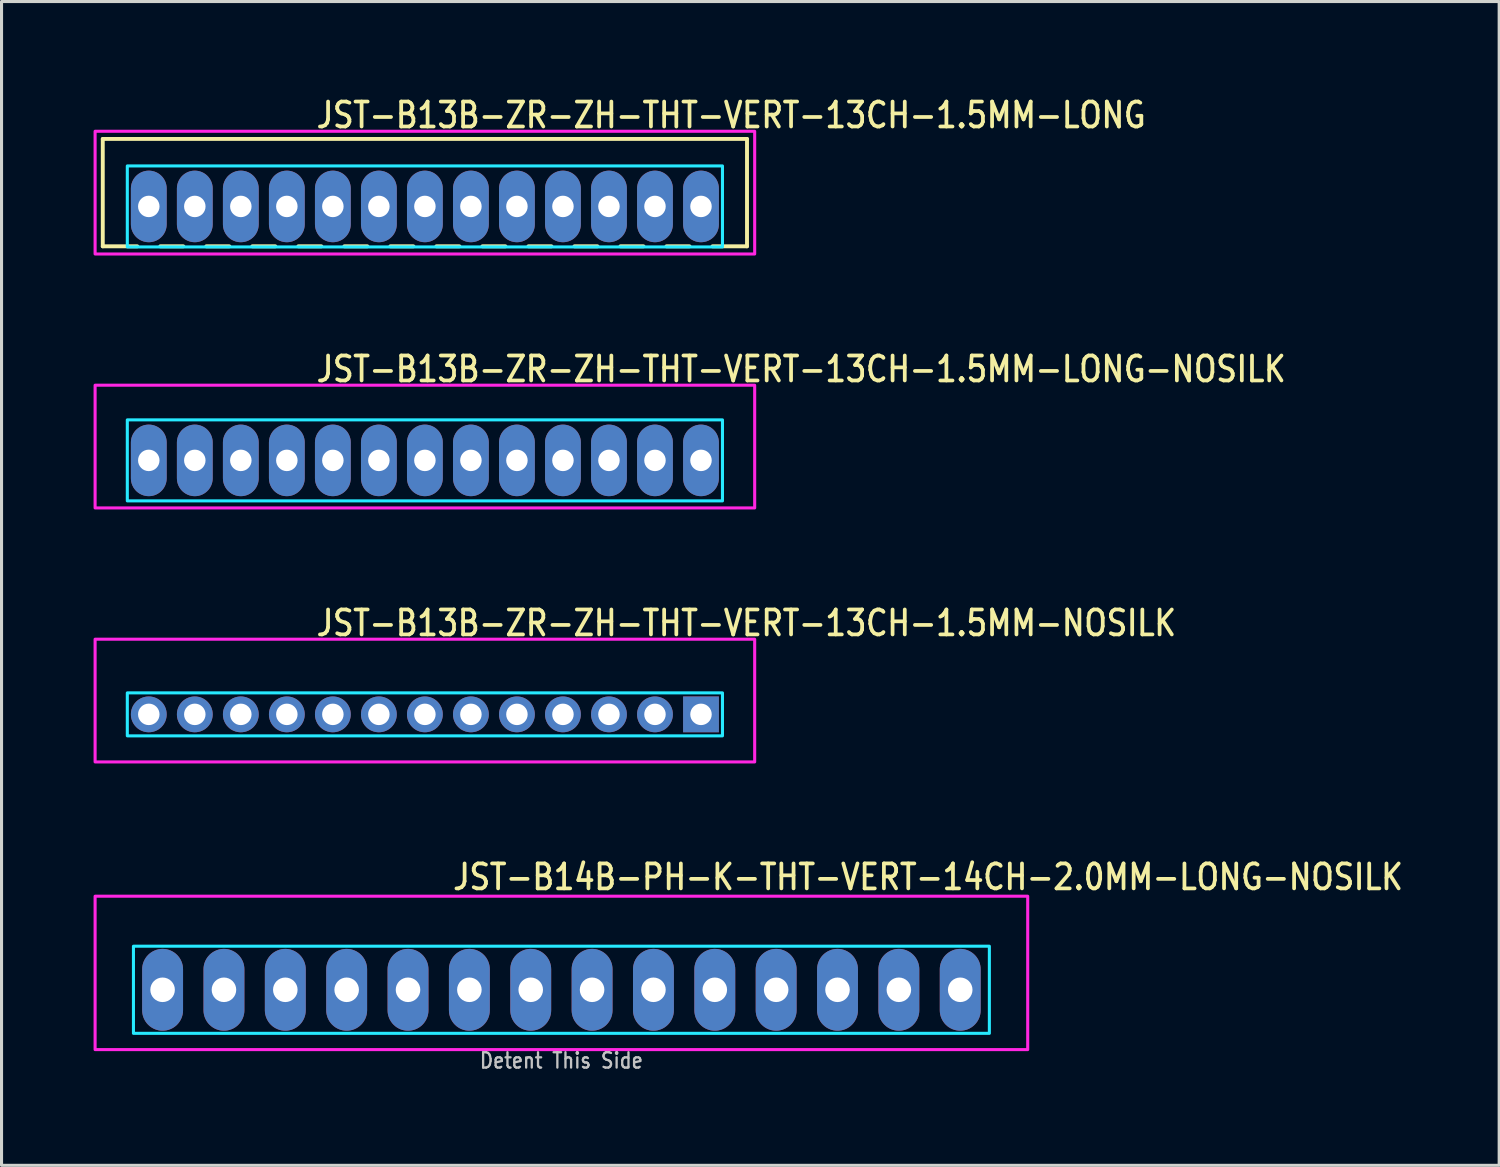
<source format=kicad_pcb>
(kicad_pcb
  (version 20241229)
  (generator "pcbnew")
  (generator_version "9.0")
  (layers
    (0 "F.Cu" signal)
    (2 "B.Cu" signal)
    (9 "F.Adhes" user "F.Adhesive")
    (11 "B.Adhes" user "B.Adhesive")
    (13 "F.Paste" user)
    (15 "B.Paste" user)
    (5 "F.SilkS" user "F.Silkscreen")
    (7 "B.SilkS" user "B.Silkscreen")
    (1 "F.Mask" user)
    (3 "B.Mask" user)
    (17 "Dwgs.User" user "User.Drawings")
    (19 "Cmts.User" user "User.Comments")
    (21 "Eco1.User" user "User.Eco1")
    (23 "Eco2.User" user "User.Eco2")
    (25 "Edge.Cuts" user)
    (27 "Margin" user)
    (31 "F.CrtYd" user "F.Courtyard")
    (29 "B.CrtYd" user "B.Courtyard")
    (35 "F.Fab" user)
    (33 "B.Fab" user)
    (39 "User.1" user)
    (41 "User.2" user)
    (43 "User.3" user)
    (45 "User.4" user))
  (footprint "JST-B13B-ZR-ZH-THT-VERT-13CH-1.5MM-LONG-NOSILK"
    (layer "F.Cu")
    (at 10.8 11.957)
    (property "Reference" "JST-B13B-ZR-ZH-THT-VERT-13CH-1.5MM-LONG-NOSILK" (at -3.6 -2.5 0) (unlocked yes) (layer "F.SilkS") (effects (font (size 0.813 0.695) (thickness 0.122)) (justify left bottom)))
    (fp_poly (pts (xy -9.7 -1.32) (xy -9.7 1.32) (xy 9.7 1.32) (xy 9.7 -1.32)) (stroke (width 0.1) (type solid)) (fill no) (layer "B.CrtYd"))
    (fp_poly (pts (xy -10.75 -2.45) (xy -10.75 1.55) (xy 10.75 1.55) (xy 10.75 -2.45)) (stroke (width 0.1) (type solid)) (fill no) (layer "F.CrtYd"))
    (pad "1" thru_hole oval (at 9 0 90) (size 2.333 1.167) (drill 0.7) (layers "*.Cu" "*.Mask"))
    (pad "2" thru_hole oval (at 7.5 0 90) (size 2.333 1.167) (drill 0.7) (layers "*.Cu" "*.Mask"))
    (pad "3" thru_hole oval (at 6 0 90) (size 2.333 1.167) (drill 0.7) (layers "*.Cu" "*.Mask"))
    (pad "4" thru_hole oval (at 4.5 0 90) (size 2.333 1.167) (drill 0.7) (layers "*.Cu" "*.Mask"))
    (pad "5" thru_hole oval (at 3 0 90) (size 2.333 1.167) (drill 0.7) (layers "*.Cu" "*.Mask"))
    (pad "6" thru_hole oval (at 1.5 0 90) (size 2.333 1.167) (drill 0.7) (layers "*.Cu" "*.Mask"))
    (pad "7" thru_hole oval (at 0 0 90) (size 2.333 1.167) (drill 0.7) (layers "*.Cu" "*.Mask"))
    (pad "8" thru_hole oval (at -1.5 0 90) (size 2.333 1.167) (drill 0.7) (layers "*.Cu" "*.Mask"))
    (pad "9" thru_hole oval (at -3 0 90) (size 2.333 1.167) (drill 0.7) (layers "*.Cu" "*.Mask"))
    (pad "10" thru_hole oval (at -4.5 0 90) (size 2.333 1.167) (drill 0.7) (layers "*.Cu" "*.Mask"))
    (pad "11" thru_hole oval (at -6 0 90) (size 2.333 1.167) (drill 0.7) (layers "*.Cu" "*.Mask"))
    (pad "12" thru_hole oval (at -7.5 0 90) (size 2.333 1.167) (drill 0.7) (layers "*.Cu" "*.Mask"))
    (pad "13" thru_hole oval (at -9 0 90) (size 2.333 1.167) (drill 0.7) (layers "*.Cu" "*.Mask")))
  (footprint "JST-B14B-PH-K-THT-VERT-14CH-2.0MM-LONG-NOSILK"
    (layer "F.Cu")
    (at 15.25 29.214)
    (property "Reference" "JST-B14B-PH-K-THT-VERT-14CH-2.0MM-LONG-NOSILK" (at -3.6 -3.2 0) (unlocked yes) (layer "F.SilkS") (effects (font (size 0.813 0.695) (thickness 0.122)) (justify left bottom)))
    (fp_poly (pts (xy -13.95 -1.42) (xy -13.95 1.42) (xy 13.95 1.42) (xy 13.95 -1.42)) (stroke (width 0.1) (type solid)) (fill no) (layer "B.CrtYd"))
    (fp_poly (pts (xy -15.2 1.95) (xy -15.2 -3.05) (xy 15.2 -3.05) (xy 15.2 1.95)) (stroke (width 0.1) (type solid)) (fill no) (layer "F.CrtYd"))
    (fp_text user "Detent This Side" (at 0 2.6 0) (unlocked yes) (layer "Dwgs.User") (effects (font (size 0.5 0.427) (thickness 0.075)) (justify bottom)))
    (pad "1" thru_hole oval (at 13 0 90) (size 2.667 1.333) (drill 0.8) (layers "*.Cu" "*.Mask"))
    (pad "2" thru_hole oval (at 11 0 90) (size 2.667 1.333) (drill 0.8) (layers "*.Cu" "*.Mask"))
    (pad "3" thru_hole oval (at 9 0 90) (size 2.667 1.333) (drill 0.8) (layers "*.Cu" "*.Mask"))
    (pad "4" thru_hole oval (at 7 0 90) (size 2.667 1.333) (drill 0.8) (layers "*.Cu" "*.Mask"))
    (pad "5" thru_hole oval (at 5 0 90) (size 2.667 1.333) (drill 0.8) (layers "*.Cu" "*.Mask"))
    (pad "6" thru_hole oval (at 3 0 90) (size 2.667 1.333) (drill 0.8) (layers "*.Cu" "*.Mask"))
    (pad "7" thru_hole oval (at 1 0 90) (size 2.667 1.333) (drill 0.8) (layers "*.Cu" "*.Mask"))
    (pad "8" thru_hole oval (at -1 0 90) (size 2.667 1.333) (drill 0.8) (layers "*.Cu" "*.Mask"))
    (pad "9" thru_hole oval (at -3 0 90) (size 2.667 1.333) (drill 0.8) (layers "*.Cu" "*.Mask"))
    (pad "10" thru_hole oval (at -5 0 90) (size 2.667 1.333) (drill 0.8) (layers "*.Cu" "*.Mask"))
    (pad "11" thru_hole oval (at -7 0 90) (size 2.667 1.333) (drill 0.8) (layers "*.Cu" "*.Mask"))
    (pad "12" thru_hole oval (at -9 0 90) (size 2.667 1.333) (drill 0.8) (layers "*.Cu" "*.Mask"))
    (pad "13" thru_hole oval (at -11 0 90) (size 2.667 1.333) (drill 0.8) (layers "*.Cu" "*.Mask"))
    (pad "14" thru_hole oval (at -13 0 90) (size 2.667 1.333) (drill 0.8) (layers "*.Cu" "*.Mask")))
  (footprint "JST-B13B-ZR-ZH-THT-VERT-13CH-1.5MM-NOSILK"
    (layer "F.Cu")
    (at 10.8 20.236)
    (property "Reference" "JST-B13B-ZR-ZH-THT-VERT-13CH-1.5MM-NOSILK" (at -3.6 -2.5 0) (unlocked yes) (layer "F.SilkS") (effects (font (size 0.813 0.695) (thickness 0.122)) (justify left bottom)))
    (fp_poly (pts (xy -9.7 -0.7) (xy -9.7 0.7) (xy 9.7 0.7) (xy 9.7 -0.7)) (stroke (width 0.1) (type solid)) (fill no) (layer "B.CrtYd"))
    (fp_poly (pts (xy -10.75 -2.45) (xy -10.75 1.55) (xy 10.75 1.55) (xy 10.75 -2.45)) (stroke (width 0.1) (type solid)) (fill no) (layer "F.CrtYd"))
    (pad "1" thru_hole rect (at 9 0) (size 1.167 1.167) (drill 0.7) (layers "*.Cu" "*.Mask"))
    (pad "2" thru_hole oval (at 7.5 0) (size 1.167 1.167) (drill 0.7) (layers "*.Cu" "*.Mask"))
    (pad "3" thru_hole oval (at 6 0) (size 1.167 1.167) (drill 0.7) (layers "*.Cu" "*.Mask"))
    (pad "4" thru_hole oval (at 4.5 0) (size 1.167 1.167) (drill 0.7) (layers "*.Cu" "*.Mask"))
    (pad "5" thru_hole oval (at 3 0) (size 1.167 1.167) (drill 0.7) (layers "*.Cu" "*.Mask"))
    (pad "6" thru_hole oval (at 1.5 0) (size 1.167 1.167) (drill 0.7) (layers "*.Cu" "*.Mask"))
    (pad "7" thru_hole oval (at 0 0) (size 1.167 1.167) (drill 0.7) (layers "*.Cu" "*.Mask"))
    (pad "8" thru_hole oval (at -1.5 0) (size 1.167 1.167) (drill 0.7) (layers "*.Cu" "*.Mask"))
    (pad "9" thru_hole oval (at -3 0) (size 1.167 1.167) (drill 0.7) (layers "*.Cu" "*.Mask"))
    (pad "10" thru_hole oval (at -4.5 0) (size 1.167 1.167) (drill 0.7) (layers "*.Cu" "*.Mask"))
    (pad "11" thru_hole oval (at -6 0) (size 1.167 1.167) (drill 0.7) (layers "*.Cu" "*.Mask"))
    (pad "12" thru_hole oval (at -7.5 0) (size 1.167 1.167) (drill 0.7) (layers "*.Cu" "*.Mask"))
    (pad "13" thru_hole oval (at -9 0) (size 1.167 1.167) (drill 0.7) (layers "*.Cu" "*.Mask")))
  (footprint "JST-B13B-ZR-ZH-THT-VERT-13CH-1.5MM-LONG"
    (layer "F.Cu")
    (at 10.8 3.679)
    (property "Reference" "JST-B13B-ZR-ZH-THT-VERT-13CH-1.5MM-LONG" (at -3.6 -2.5 0) (unlocked yes) (layer "F.SilkS") (effects (font (size 0.813 0.695) (thickness 0.122)) (justify left bottom)))
    (fp_line (start -10.5 -2.2) (end 10.5 -2.2) (stroke (width 0.127) (type solid)) (layer "F.SilkS"))
    (fp_line (start -10.5 1.3) (end -10.5 -2.2) (stroke (width 0.127) (type solid)) (layer "F.SilkS"))
    (fp_line (start -10.5 1.3) (end -9.375 1.3) (stroke (width 0.127) (type solid)) (layer "F.SilkS"))
    (fp_line (start -8.625 1.3) (end -7.875 1.3) (stroke (width 0.127) (type solid)) (layer "F.SilkS"))
    (fp_line (start -7.125 1.3) (end -6.375 1.3) (stroke (width 0.127) (type solid)) (layer "F.SilkS"))
    (fp_line (start -5.625 1.3) (end -4.875 1.3) (stroke (width 0.127) (type solid)) (layer "F.SilkS"))
    (fp_line (start -4.125 1.3) (end -3.375 1.3) (stroke (width 0.127) (type solid)) (layer "F.SilkS"))
    (fp_line (start -2.625 1.3) (end -1.875 1.3) (stroke (width 0.127) (type solid)) (layer "F.SilkS"))
    (fp_line (start -1.125 1.3) (end -0.375 1.3) (stroke (width 0.127) (type solid)) (layer "F.SilkS"))
    (fp_line (start 0.375 1.3) (end 1.125 1.3) (stroke (width 0.127) (type solid)) (layer "F.SilkS"))
    (fp_line (start 1.875 1.3) (end 2.625 1.3) (stroke (width 0.127) (type solid)) (layer "F.SilkS"))
    (fp_line (start 3.375 1.3) (end 4.125 1.3) (stroke (width 0.127) (type solid)) (layer "F.SilkS"))
    (fp_line (start 4.875 1.3) (end 5.625 1.3) (stroke (width 0.127) (type solid)) (layer "F.SilkS"))
    (fp_line (start 6.375 1.3) (end 7.125 1.3) (stroke (width 0.127) (type solid)) (layer "F.SilkS"))
    (fp_line (start 7.875 1.3) (end 8.625 1.3) (stroke (width 0.127) (type solid)) (layer "F.SilkS"))
    (fp_line (start 9.375 1.3) (end 10.5 1.3) (stroke (width 0.127) (type solid)) (layer "F.SilkS"))
    (fp_line (start 10.5 -2.2) (end 10.5 1.3) (stroke (width 0.127) (type solid)) (layer "F.SilkS"))
    (fp_poly (pts (xy -9.7 -1.32) (xy -9.7 1.32) (xy 9.7 1.32) (xy 9.7 -1.32)) (stroke (width 0.1) (type solid)) (fill no) (layer "B.CrtYd"))
    (fp_poly (pts (xy -10.75 -2.45) (xy -10.75 1.55) (xy 10.75 1.55) (xy 10.75 -2.45)) (stroke (width 0.1) (type solid)) (fill no) (layer "F.CrtYd"))
    (pad "1" thru_hole oval (at 9 0 90) (size 2.333 1.167) (drill 0.7) (layers "*.Cu" "*.Mask"))
    (pad "2" thru_hole oval (at 7.5 0 90) (size 2.333 1.167) (drill 0.7) (layers "*.Cu" "*.Mask"))
    (pad "3" thru_hole oval (at 6 0 90) (size 2.333 1.167) (drill 0.7) (layers "*.Cu" "*.Mask"))
    (pad "4" thru_hole oval (at 4.5 0 90) (size 2.333 1.167) (drill 0.7) (layers "*.Cu" "*.Mask"))
    (pad "5" thru_hole oval (at 3 0 90) (size 2.333 1.167) (drill 0.7) (layers "*.Cu" "*.Mask"))
    (pad "6" thru_hole oval (at 1.5 0 90) (size 2.333 1.167) (drill 0.7) (layers "*.Cu" "*.Mask"))
    (pad "7" thru_hole oval (at 0 0 90) (size 2.333 1.167) (drill 0.7) (layers "*.Cu" "*.Mask"))
    (pad "8" thru_hole oval (at -1.5 0 90) (size 2.333 1.167) (drill 0.7) (layers "*.Cu" "*.Mask"))
    (pad "9" thru_hole oval (at -3 0 90) (size 2.333 1.167) (drill 0.7) (layers "*.Cu" "*.Mask"))
    (pad "10" thru_hole oval (at -4.5 0 90) (size 2.333 1.167) (drill 0.7) (layers "*.Cu" "*.Mask"))
    (pad "11" thru_hole oval (at -6 0 90) (size 2.333 1.167) (drill 0.7) (layers "*.Cu" "*.Mask"))
    (pad "12" thru_hole oval (at -7.5 0 90) (size 2.333 1.167) (drill 0.7) (layers "*.Cu" "*.Mask"))
    (pad "13" thru_hole oval (at -9 0 90) (size 2.333 1.167) (drill 0.7) (layers "*.Cu" "*.Mask")))
  (gr_rect
    (start -3 -3)
    (end 45.818 34.937)
    (stroke (width 0.1) (type default))
    (fill no)
    (layer "Edge.Cuts")))
</source>
